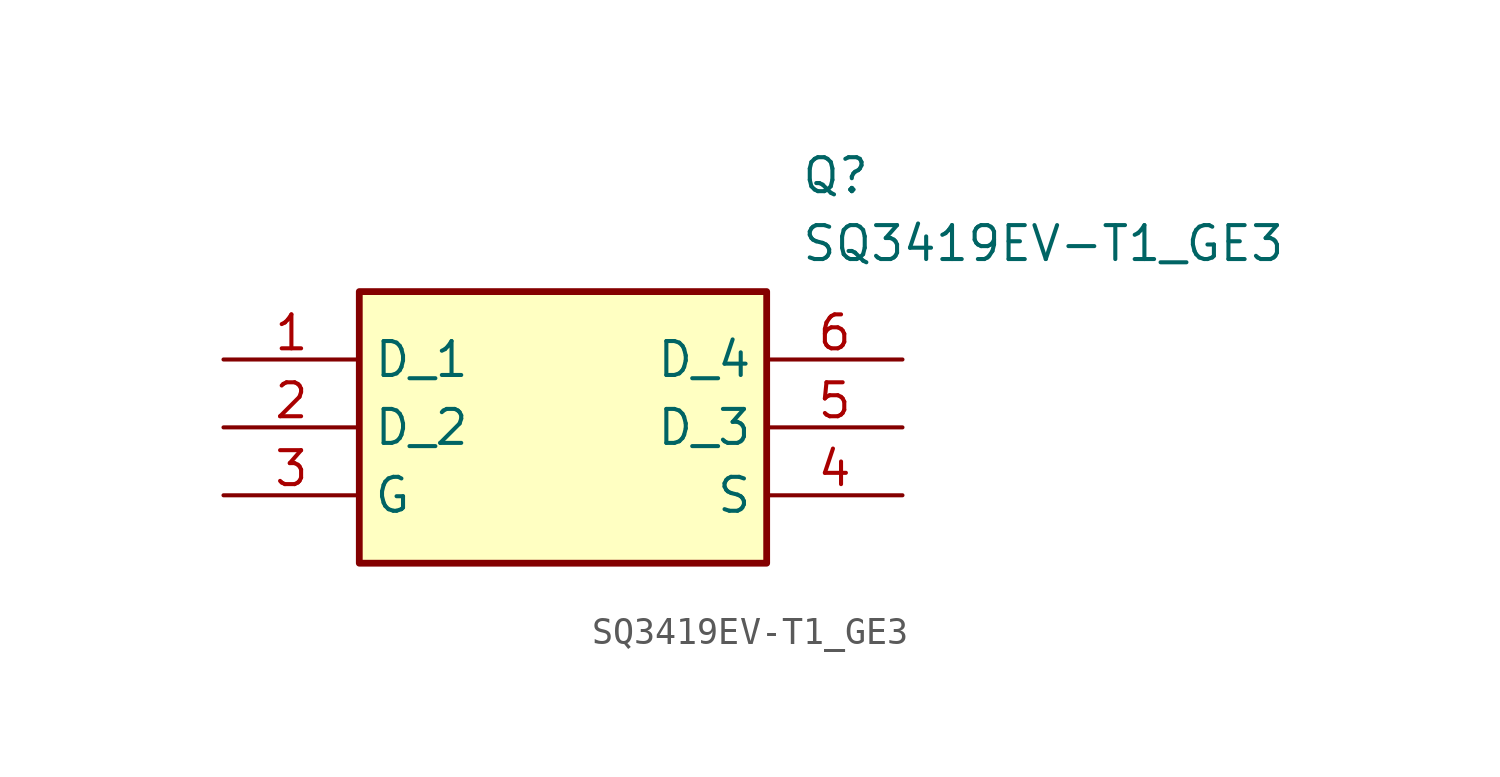
<source format=kicad_sym>
(kicad_symbol_lib
  (version 20211014)
  (generator SamacSys_ECAD_Model)
  (symbol "SQ3419EV-T1_GE3"
    (property "Reference" "Q"
      (at 21.59 7.62 0)
      (effects (font (size 1.27 1.27)) (justify left top)))
    (property "Value" "SQ3419EV-T1_GE3"
      (at 21.59 5.08 0)
      (effects (font (size 1.27 1.27)) (justify left top)))
    (rectangle
      (start 5.08 2.54)
      (end 20.32 -7.62)
      (stroke (width 0.254) (type default))
      (fill (type background)))
    (pin passive line
      (at 0 0 0)
      (length 5.08)
      (name "D_1" (effects (font (size 1.27 1.27))))
      (number "1" (effects (font (size 1.27 1.27)))))
    (pin passive line
      (at 0 -2.54 0)
      (length 5.08)
      (name "D_2" (effects (font (size 1.27 1.27))))
      (number "2" (effects (font (size 1.27 1.27)))))
    (pin passive line
      (at 0 -5.08 0)
      (length 5.08)
      (name "G" (effects (font (size 1.27 1.27))))
      (number "3" (effects (font (size 1.27 1.27)))))
    (pin passive line
      (at 25.4 0 180)
      (length 5.08)
      (name "D_4" (effects (font (size 1.27 1.27))))
      (number "6" (effects (font (size 1.27 1.27)))))
    (pin passive line
      (at 25.4 -2.54 180)
      (length 5.08)
      (name "D_3" (effects (font (size 1.27 1.27))))
      (number "5" (effects (font (size 1.27 1.27)))))
    (pin passive line
      (at 25.4 -5.08 180)
      (length 5.08)
      (name "S" (effects (font (size 1.27 1.27))))
      (number "4" (effects (font (size 1.27 1.27)))))))
</source>
